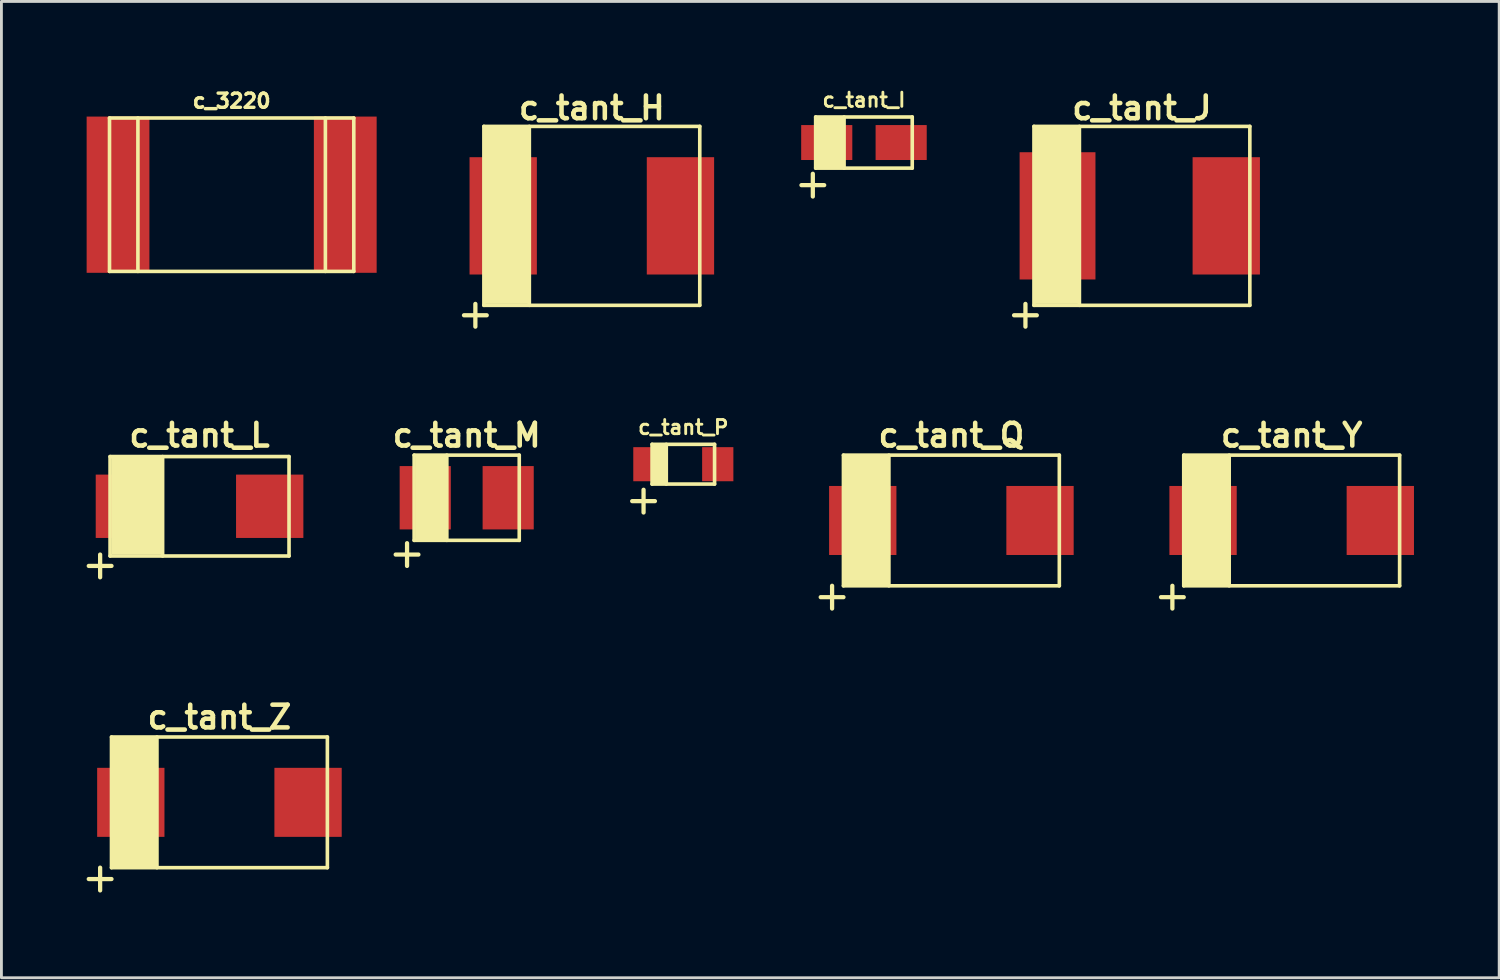
<source format=kicad_pcb>
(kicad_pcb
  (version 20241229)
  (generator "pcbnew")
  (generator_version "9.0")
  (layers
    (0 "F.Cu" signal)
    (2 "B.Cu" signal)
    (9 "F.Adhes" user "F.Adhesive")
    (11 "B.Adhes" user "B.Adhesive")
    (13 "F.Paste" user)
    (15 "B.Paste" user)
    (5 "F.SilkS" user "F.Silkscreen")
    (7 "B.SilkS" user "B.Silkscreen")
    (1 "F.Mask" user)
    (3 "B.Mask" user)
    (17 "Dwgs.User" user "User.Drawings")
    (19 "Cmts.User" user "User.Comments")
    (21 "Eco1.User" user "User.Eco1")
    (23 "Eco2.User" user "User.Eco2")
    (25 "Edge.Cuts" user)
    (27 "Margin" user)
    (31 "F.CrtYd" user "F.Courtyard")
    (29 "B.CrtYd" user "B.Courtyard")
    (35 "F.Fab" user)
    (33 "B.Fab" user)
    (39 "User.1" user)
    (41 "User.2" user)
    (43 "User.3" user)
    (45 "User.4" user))
  (footprint "c_3220"
    (layer "F.Cu")
    (at 5.105 3.804)
    (property "Reference" "c_3220" (at 0 -3.302 0) (layer "F.SilkS") (effects (font (size 0.5 0.5) (thickness 0.119))))
    (attr through_hole)
    (fp_line (start -4.3 -2.7) (end 4.3 -2.7) (stroke (width 0.127) (type solid)) (layer "F.SilkS"))
    (fp_line (start -4.3 2.7) (end -4.3 -2.7) (stroke (width 0.127) (type solid)) (layer "F.SilkS"))
    (fp_line (start -4.3 2.7) (end 4.3 2.7) (stroke (width 0.127) (type solid)) (layer "F.SilkS"))
    (fp_line (start -3.3 2.7) (end -3.3 -2.7) (stroke (width 0.127) (type solid)) (layer "F.SilkS"))
    (fp_line (start 3.3 2.7) (end 3.3 -2.7) (stroke (width 0.127) (type solid)) (layer "F.SilkS"))
    (fp_line (start 4.3 2.7) (end 4.3 -2.7) (stroke (width 0.127) (type solid)) (layer "F.SilkS"))
    (pad "1" smd rect (at 4 0) (size 2.21 5.5) (layers "F.Cu" "F.Mask" "F.Paste"))
    (pad "2" smd rect (at -4 0) (size 2.21 5.5) (layers "F.Cu" "F.Mask" "F.Paste")))
  (footprint "c_tant_J"
    (layer "F.Cu")
    (at 37.15 4.549)
    (property "Reference" "c_tant_J" (at 0 -3.8 0) (layer "F.SilkS") (effects (font (size 0.8 0.8) (thickness 0.16))))
    (attr through_hole)
    (fp_line (start -4.5 3.5) (end -3.7 3.5) (stroke (width 0.15) (type solid)) (layer "F.SilkS"))
    (fp_line (start -4.1 3.1) (end -4.1 3.9) (stroke (width 0.15) (type solid)) (layer "F.SilkS"))
    (fp_line (start -3.8 -3.15) (end -3.8 3.15) (stroke (width 0.127) (type solid)) (layer "F.SilkS"))
    (fp_line (start -3.8 3.15) (end 3.8 3.15) (stroke (width 0.127) (type solid)) (layer "F.SilkS"))
    (fp_line (start -2.2 3.15) (end -2.2 -3.15) (stroke (width 0.127) (type solid)) (layer "F.SilkS"))
    (fp_line (start 3.8 -3.15) (end -3.8 -3.15) (stroke (width 0.127) (type solid)) (layer "F.SilkS"))
    (fp_line (start 3.8 -3.15) (end 3.8 3.15) (stroke (width 0.127) (type solid)) (layer "F.SilkS"))
    (fp_poly (pts (xy -3.8 -3.1) (xy -2.2 -3.1) (xy -2.2 3.1) (xy -3.8 3.1)) (stroke (width 0.01) (type solid)) (fill yes) (layer "F.SilkS"))
    (pad "1" smd rect (at -2.97 0) (size 2.67 4.48) (layers "F.Cu" "F.Mask" "F.Paste"))
    (pad "2" smd rect (at 2.97 0) (size 2.37 4.13) (layers "F.Cu" "F.Mask" "F.Paste")))
  (footprint "c_tant_Q"
    (layer "F.Cu")
    (at 30.443 15.273)
    (property "Reference" "c_tant_Q" (at 0 -3 0) (layer "F.SilkS") (effects (font (size 0.8 0.8) (thickness 0.16))))
    (attr through_hole)
    (fp_line (start -4.6 2.7) (end -3.8 2.7) (stroke (width 0.15) (type solid)) (layer "F.SilkS"))
    (fp_line (start -4.2 2.3) (end -4.2 3.1) (stroke (width 0.15) (type solid)) (layer "F.SilkS"))
    (fp_line (start -3.8 -2.3) (end -3.8 2.3) (stroke (width 0.127) (type solid)) (layer "F.SilkS"))
    (fp_line (start -3.8 2.3) (end 3.8 2.3) (stroke (width 0.127) (type solid)) (layer "F.SilkS"))
    (fp_line (start -2.2 -2.3) (end -2.2 2.3) (stroke (width 0.127) (type solid)) (layer "F.SilkS"))
    (fp_line (start 3.8 -2.3) (end -3.8 -2.3) (stroke (width 0.127) (type solid)) (layer "F.SilkS"))
    (fp_line (start 3.8 2.3) (end 3.8 -2.3) (stroke (width 0.127) (type solid)) (layer "F.SilkS"))
    (fp_poly (pts (xy -3.8 -2.3) (xy -2.2 -2.3) (xy -2.2 2.3) (xy -3.8 2.3)) (stroke (width 0.01) (type solid)) (fill yes) (layer "F.SilkS"))
    (pad "1" smd rect (at -3.12 0) (size 2.37 2.43) (layers "F.Cu" "F.Mask" "F.Paste"))
    (pad "2" smd rect (at 3.12 0) (size 2.37 2.43) (layers "F.Cu" "F.Mask" "F.Paste")))
  (footprint "c_tant_L"
    (layer "F.Cu")
    (at 3.975 14.773)
    (property "Reference" "c_tant_L" (at 0 -2.5 0) (layer "F.SilkS") (effects (font (size 0.8 0.8) (thickness 0.16))))
    (attr through_hole)
    (fp_line (start -3.9 2.1) (end -3.1 2.1) (stroke (width 0.15) (type solid)) (layer "F.SilkS"))
    (fp_line (start -3.5 1.7) (end -3.5 2.5) (stroke (width 0.15) (type solid)) (layer "F.SilkS"))
    (fp_line (start -3.15 -1.75) (end -3.15 1.75) (stroke (width 0.127) (type solid)) (layer "F.SilkS"))
    (fp_line (start -3.15 1.75) (end 3.15 1.75) (stroke (width 0.127) (type solid)) (layer "F.SilkS"))
    (fp_line (start -1.3 -1.75) (end -1.3 1.75) (stroke (width 0.127) (type solid)) (layer "F.SilkS"))
    (fp_line (start 3.15 -1.75) (end -3.15 -1.75) (stroke (width 0.127) (type solid)) (layer "F.SilkS"))
    (fp_line (start 3.15 1.75) (end 3.15 -1.75) (stroke (width 0.127) (type solid)) (layer "F.SilkS"))
    (fp_poly (pts (xy -1.3 1.7) (xy -3.1 1.7) (xy -3.1 -1.7) (xy -1.3 -1.7)) (stroke (width 0.01) (type solid)) (fill yes) (layer "F.SilkS"))
    (pad "1" smd rect (at -2.47 0) (size 2.37 2.23) (layers "F.Cu" "F.Mask" "F.Paste"))
    (pad "2" smd rect (at 2.47 0) (size 2.37 2.23) (layers "F.Cu" "F.Mask" "F.Paste")))
  (footprint "c_tant_I"
    (layer "F.Cu")
    (at 27.365 1.968)
    (property "Reference" "c_tant_I" (at 0 -1.5 0) (layer "F.SilkS") (effects (font (size 0.5 0.5) (thickness 0.1))))
    (attr through_hole)
    (fp_line (start -2.2 1.5) (end -1.4 1.5) (stroke (width 0.15) (type solid)) (layer "F.SilkS"))
    (fp_line (start -1.8 1.1) (end -1.8 1.9) (stroke (width 0.15) (type solid)) (layer "F.SilkS"))
    (fp_line (start -1.7 -0.9) (end -1.7 0.9) (stroke (width 0.127) (type solid)) (layer "F.SilkS"))
    (fp_line (start -1.7 0.9) (end 1.7 0.9) (stroke (width 0.127) (type solid)) (layer "F.SilkS"))
    (fp_line (start -0.7 0.9) (end -0.7 -0.9) (stroke (width 0.127) (type solid)) (layer "F.SilkS"))
    (fp_line (start 1.7 -0.9) (end -1.7 -0.9) (stroke (width 0.127) (type solid)) (layer "F.SilkS"))
    (fp_line (start 1.7 0.9) (end 1.7 -0.9) (stroke (width 0.127) (type solid)) (layer "F.SilkS"))
    (fp_poly (pts (xy -1.7 -0.9) (xy -0.7 -0.9) (xy -0.7 0.9) (xy -1.7 0.9)) (stroke (width 0.01) (type solid)) (fill yes) (layer "F.SilkS"))
    (pad "1" smd rect (at -1.31 0) (size 1.8 1.23) (layers "F.Cu" "F.Mask" "F.Paste"))
    (pad "2" smd rect (at 1.31 0) (size 1.8 1.23) (layers "F.Cu" "F.Mask" "F.Paste")))
  (footprint "c_tant_P"
    (layer "F.Cu")
    (at 21.006 13.292)
    (property "Reference" "c_tant_P" (at 0 -1.3 0) (layer "F.SilkS") (effects (font (size 0.5 0.5) (thickness 0.1))))
    (attr through_hole)
    (fp_line (start -1.8 1.3) (end -1 1.3) (stroke (width 0.15) (type solid)) (layer "F.SilkS"))
    (fp_line (start -1.4 0.9) (end -1.4 1.7) (stroke (width 0.15) (type solid)) (layer "F.SilkS"))
    (fp_line (start -1.1 -0.7) (end -1.1 0.7) (stroke (width 0.127) (type solid)) (layer "F.SilkS"))
    (fp_line (start -1.1 0.7) (end 1.1 0.7) (stroke (width 0.127) (type solid)) (layer "F.SilkS"))
    (fp_line (start -0.6 -0.7) (end -0.6 0.7) (stroke (width 0.127) (type solid)) (layer "F.SilkS"))
    (fp_line (start 1.1 -0.7) (end -1.1 -0.7) (stroke (width 0.127) (type solid)) (layer "F.SilkS"))
    (fp_line (start 1.1 0.7) (end 1.1 -0.7) (stroke (width 0.127) (type solid)) (layer "F.SilkS"))
    (fp_poly (pts (xy -1.1 -0.7) (xy -0.6 -0.7) (xy -0.6 0.7) (xy -1.1 0.7)) (stroke (width 0.01) (type solid)) (fill yes) (layer "F.SilkS"))
    (pad "1" smd rect (at -1.212 0) (size 1.1 1.2) (layers "F.Cu" "F.Mask" "F.Paste"))
    (pad "2" smd rect (at 1.212 0) (size 1.1 1.2) (layers "F.Cu" "F.Mask" "F.Paste")))
  (footprint "c_tant_Y"
    (layer "F.Cu")
    (at 42.423 15.273)
    (property "Reference" "c_tant_Y" (at 0 -3 0) (layer "F.SilkS") (effects (font (size 0.8 0.8) (thickness 0.16))))
    (attr through_hole)
    (fp_line (start -4.6 2.7) (end -3.8 2.7) (stroke (width 0.15) (type solid)) (layer "F.SilkS"))
    (fp_line (start -4.2 2.3) (end -4.2 3.1) (stroke (width 0.15) (type solid)) (layer "F.SilkS"))
    (fp_line (start -3.8 -2.3) (end -3.8 2.3) (stroke (width 0.127) (type solid)) (layer "F.SilkS"))
    (fp_line (start -3.8 2.3) (end 3.8 2.3) (stroke (width 0.127) (type solid)) (layer "F.SilkS"))
    (fp_line (start -2.2 -2.3) (end -2.2 2.3) (stroke (width 0.127) (type solid)) (layer "F.SilkS"))
    (fp_line (start 3.8 -2.3) (end -3.8 -2.3) (stroke (width 0.127) (type solid)) (layer "F.SilkS"))
    (fp_line (start 3.8 2.3) (end 3.8 -2.3) (stroke (width 0.127) (type solid)) (layer "F.SilkS"))
    (fp_poly (pts (xy -3.8 -2.3) (xy -2.2 -2.3) (xy -2.2 2.3) (xy -3.8 2.3)) (stroke (width 0.01) (type solid)) (fill yes) (layer "F.SilkS"))
    (pad "1" smd rect (at -3.12 0) (size 2.37 2.43) (layers "F.Cu" "F.Mask" "F.Paste"))
    (pad "2" smd rect (at 3.12 0) (size 2.37 2.43) (layers "F.Cu" "F.Mask" "F.Paste")))
  (footprint "c_tant_Z"
    (layer "F.Cu")
    (at 4.675 25.196)
    (property "Reference" "c_tant_Z" (at 0 -3 0) (layer "F.SilkS") (effects (font (size 0.8 0.8) (thickness 0.16))))
    (attr through_hole)
    (fp_line (start -4.6 2.7) (end -3.8 2.7) (stroke (width 0.15) (type solid)) (layer "F.SilkS"))
    (fp_line (start -4.2 2.3) (end -4.2 3.1) (stroke (width 0.15) (type solid)) (layer "F.SilkS"))
    (fp_line (start -3.8 -2.3) (end -3.8 2.3) (stroke (width 0.127) (type solid)) (layer "F.SilkS"))
    (fp_line (start -3.8 2.3) (end 3.8 2.3) (stroke (width 0.127) (type solid)) (layer "F.SilkS"))
    (fp_line (start -2.2 -2.3) (end -2.2 2.3) (stroke (width 0.127) (type solid)) (layer "F.SilkS"))
    (fp_line (start 3.8 -2.3) (end -3.8 -2.3) (stroke (width 0.127) (type solid)) (layer "F.SilkS"))
    (fp_line (start 3.8 2.3) (end 3.8 -2.3) (stroke (width 0.127) (type solid)) (layer "F.SilkS"))
    (fp_poly (pts (xy -3.8 -2.3) (xy -2.2 -2.3) (xy -2.2 2.3) (xy -3.8 2.3)) (stroke (width 0.01) (type solid)) (fill yes) (layer "F.SilkS"))
    (pad "1" smd rect (at -3.12 0) (size 2.37 2.43) (layers "F.Cu" "F.Mask" "F.Paste"))
    (pad "2" smd rect (at 3.12 0) (size 2.37 2.43) (layers "F.Cu" "F.Mask" "F.Paste")))
  (footprint "c_tant_M"
    (layer "F.Cu")
    (at 13.38 14.473)
    (property "Reference" "c_tant_M" (at 0 -2.2 0) (layer "F.SilkS") (effects (font (size 0.8 0.8) (thickness 0.16))))
    (attr through_hole)
    (fp_line (start -2.5 2) (end -1.7 2) (stroke (width 0.15) (type solid)) (layer "F.SilkS"))
    (fp_line (start -2.1 1.6) (end -2.1 2.4) (stroke (width 0.15) (type solid)) (layer "F.SilkS"))
    (fp_line (start -1.85 -1.5) (end -1.85 1.5) (stroke (width 0.127) (type solid)) (layer "F.SilkS"))
    (fp_line (start -1.85 1.5) (end 1.85 1.5) (stroke (width 0.127) (type solid)) (layer "F.SilkS"))
    (fp_line (start -0.7 -1.5) (end -0.7 1.5) (stroke (width 0.127) (type solid)) (layer "F.SilkS"))
    (fp_line (start 1.85 -1.5) (end -1.85 -1.5) (stroke (width 0.127) (type solid)) (layer "F.SilkS"))
    (fp_line (start 1.85 1.5) (end 1.85 -1.5) (stroke (width 0.127) (type solid)) (layer "F.SilkS"))
    (fp_poly (pts (xy -1.8 -1.5) (xy -0.7 -1.5) (xy -0.7 1.5) (xy -1.8 1.5)) (stroke (width 0.01) (type solid)) (fill yes) (layer "F.SilkS"))
    (pad "1" smd rect (at -1.46 0) (size 1.8 2.23) (layers "F.Cu" "F.Mask" "F.Paste"))
    (pad "2" smd rect (at 1.46 0) (size 1.8 2.23) (layers "F.Cu" "F.Mask" "F.Paste")))
  (footprint "c_tant_H"
    (layer "F.Cu")
    (at 17.785 4.549)
    (property "Reference" "c_tant_H" (at 0 -3.8 0) (layer "F.SilkS") (effects (font (size 0.8 0.8) (thickness 0.16))))
    (attr through_hole)
    (fp_line (start -4.5 3.5) (end -3.7 3.5) (stroke (width 0.15) (type solid)) (layer "F.SilkS"))
    (fp_line (start -4.1 3.1) (end -4.1 3.9) (stroke (width 0.15) (type solid)) (layer "F.SilkS"))
    (fp_line (start -3.8 -3.15) (end -3.8 3.15) (stroke (width 0.127) (type solid)) (layer "F.SilkS"))
    (fp_line (start -3.8 3.15) (end 3.8 3.15) (stroke (width 0.127) (type solid)) (layer "F.SilkS"))
    (fp_line (start -2.2 3.15) (end -2.2 -3.15) (stroke (width 0.127) (type solid)) (layer "F.SilkS"))
    (fp_line (start 3.8 -3.15) (end -3.8 -3.15) (stroke (width 0.127) (type solid)) (layer "F.SilkS"))
    (fp_line (start 3.8 -3.15) (end 3.8 3.15) (stroke (width 0.127) (type solid)) (layer "F.SilkS"))
    (fp_poly (pts (xy -3.8 -3.1) (xy -2.2 -3.1) (xy -2.2 3.1) (xy -3.8 3.1)) (stroke (width 0.01) (type solid)) (fill yes) (layer "F.SilkS"))
    (pad "1" smd rect (at -3.12 0) (size 2.37 4.13) (layers "F.Cu" "F.Mask" "F.Paste"))
    (pad "2" smd rect (at 3.12 0) (size 2.37 4.13) (layers "F.Cu" "F.Mask" "F.Paste")))
  (gr_rect
    (start -3 -3)
    (end 49.728 31.371)
    (stroke (width 0.1) (type default))
    (fill no)
    (layer "Edge.Cuts")))
</source>
